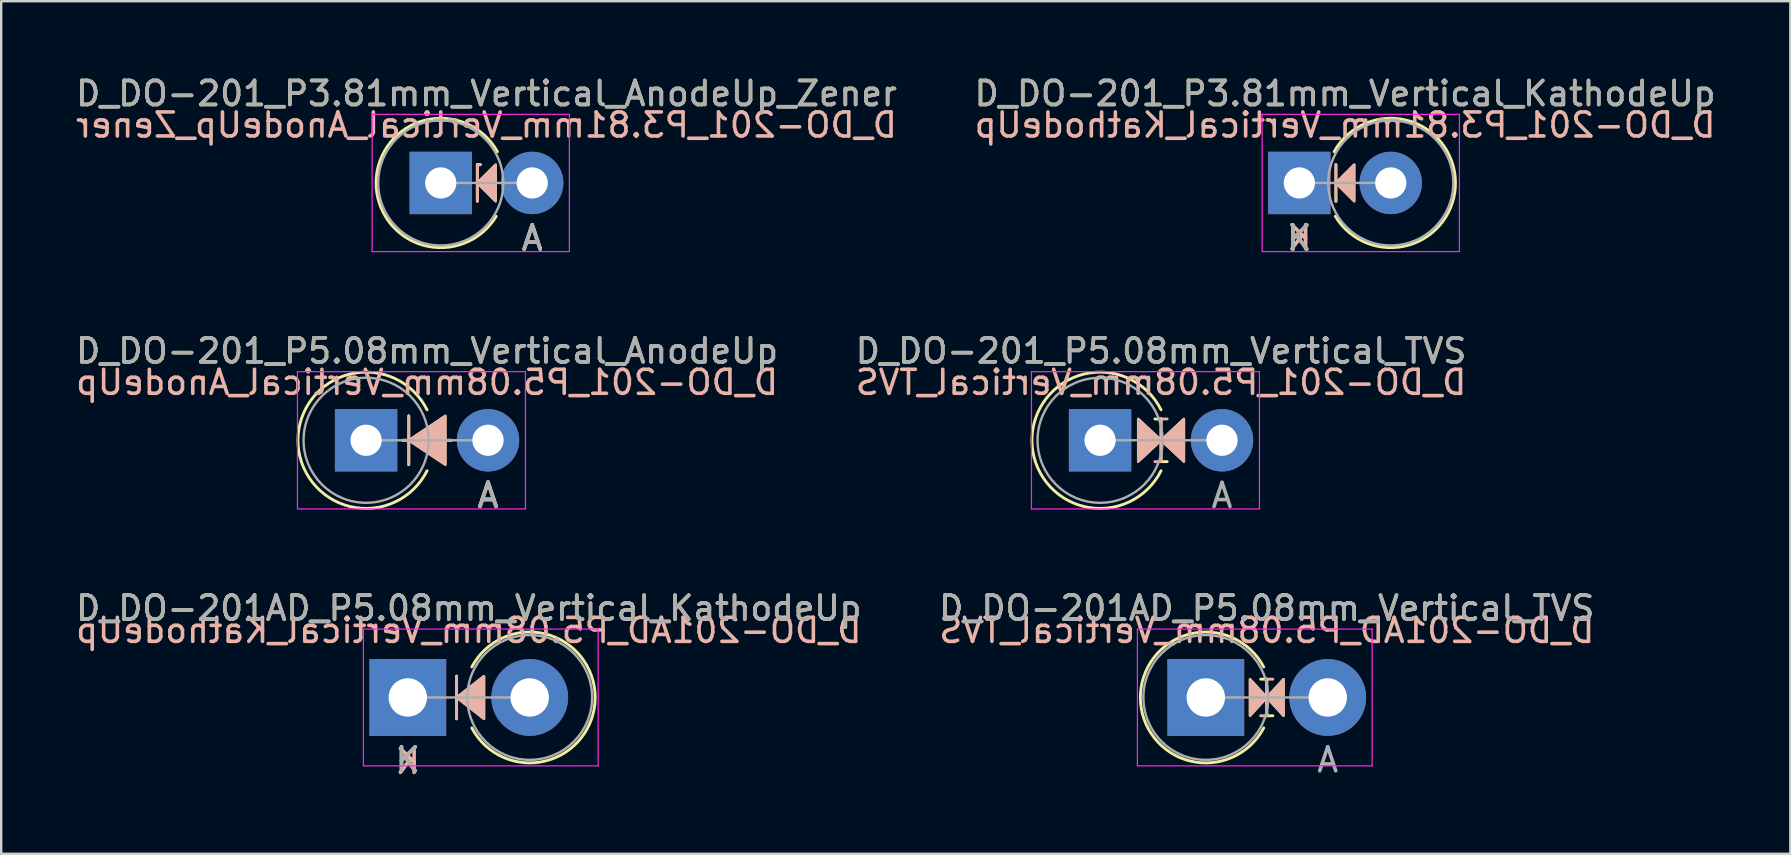
<source format=kicad_pcb>
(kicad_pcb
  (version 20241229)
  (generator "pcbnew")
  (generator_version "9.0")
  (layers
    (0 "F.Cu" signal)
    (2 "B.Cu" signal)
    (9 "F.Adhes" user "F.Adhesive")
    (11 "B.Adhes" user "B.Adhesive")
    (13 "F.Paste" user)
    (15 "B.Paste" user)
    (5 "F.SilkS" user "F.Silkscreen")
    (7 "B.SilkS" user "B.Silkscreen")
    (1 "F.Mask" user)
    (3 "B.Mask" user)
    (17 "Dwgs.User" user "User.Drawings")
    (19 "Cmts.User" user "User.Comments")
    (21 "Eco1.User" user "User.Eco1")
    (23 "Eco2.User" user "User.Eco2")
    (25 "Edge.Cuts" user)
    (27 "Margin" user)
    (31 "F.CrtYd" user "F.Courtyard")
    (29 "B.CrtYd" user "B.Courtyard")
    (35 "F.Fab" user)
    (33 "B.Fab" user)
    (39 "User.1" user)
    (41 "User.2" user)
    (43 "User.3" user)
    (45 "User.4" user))
  (footprint "D_DO-201AD_P5.08mm_Vertical_KathodeUp"
    (layer "F.Cu")
    (at 13.942 26.011)
    (property "Reference" "D_DO-201AD_P5.08mm_Vertical_KathodeUp" (at 2.54 -3.72 0) (layer "F.SilkS") (effects (font (size 1 1) (thickness 0.15))))
    (fp_line (start 2.032 0.889) (end 2.032 -0.889) (stroke (width 0.12) (type solid)) (layer "F.SilkS"))
    (fp_arc (start 2.667 -1.269999) (mid 7.806804 0.000001) (end 2.667 1.27) (stroke (width 0.12) (type solid)) (layer "F.SilkS"))
    (fp_poly (pts (xy 3.175 0.889) (xy 2.032 0) (xy 3.175 -0.889)) (stroke (width 0.1) (type solid)) (fill yes) (layer "F.SilkS"))
    (fp_line (start 2.032 -0.889) (end 2.032 0.889) (stroke (width 0.12) (type solid)) (layer "B.SilkS"))
    (fp_poly (pts (xy 3.175 -0.889) (xy 2.032 0) (xy 3.175 0.889)) (stroke (width 0.1) (type solid)) (fill yes) (layer "B.SilkS"))
    (fp_line (start -1.85 -2.85) (end -1.85 2.85) (stroke (width 0.05) (type solid)) (layer "F.CrtYd"))
    (fp_line (start -1.85 2.85) (end 7.93 2.85) (stroke (width 0.05) (type solid)) (layer "F.CrtYd"))
    (fp_line (start 7.93 -2.85) (end -1.85 -2.85) (stroke (width 0.05) (type solid)) (layer "F.CrtYd"))
    (fp_line (start 7.93 2.85) (end 7.93 -2.85) (stroke (width 0.05) (type solid)) (layer "F.CrtYd"))
    (fp_line (start 0 0) (end 5.08 0) (stroke (width 0.1) (type solid)) (layer "F.Fab"))
    (fp_circle (center 5.08 0) (end 7.68 0) (stroke (width 0.1) (type solid)) (fill no) (layer "F.Fab"))
    (fp_text user "K" (at 0 2.6 0) (layer "F.SilkS") (effects (font (size 1 1) (thickness 0.15))))
    (fp_text user "${REFERENCE}" (at 2.54 -2.794 0) (layer "B.SilkS") (effects (font (size 1 1) (thickness 0.15)) (justify mirror)))
    (fp_text user "K" (at 0 2.667 0) (layer "B.SilkS") (effects (font (size 1 1) (thickness 0.15)) (justify mirror)))
    (fp_text user "K" (at 0 2.6 0) (layer "F.Fab") (effects (font (size 1 1) (thickness 0.15))))
    (fp_text user "${REFERENCE}" (at 2.54 -3.72 0) (layer "F.Fab") (effects (font (size 1 1) (thickness 0.15))))
    (pad "1" thru_hole rect (at 0 0) (size 3.2 3.2) (drill 1.6) (layers "*.Cu" "*.Mask"))
    (pad "2" thru_hole oval (at 5.08 0) (size 3.2 3.2) (drill 1.6) (layers "*.Cu" "*.Mask")))
  (footprint "D_DO-201AD_P5.08mm_Vertical_TVS"
    (layer "F.Cu")
    (at 47.192 26.011)
    (property "Reference" "D_DO-201AD_P5.08mm_Vertical_TVS" (at 2.54 -3.72 0) (layer "F.SilkS") (effects (font (size 1 1) (thickness 0.15))))
    (fp_line (start 2.54 -0.762) (end 2.286 -0.762) (stroke (width 0.12) (type solid)) (layer "F.SilkS"))
    (fp_line (start 2.54 -0.762) (end 2.54 0.762) (stroke (width 0.12) (type solid)) (layer "F.SilkS"))
    (fp_line (start 2.54 0.762) (end 2.794 0.762) (stroke (width 0.12) (type solid)) (layer "F.SilkS"))
    (fp_arc (start 2.412999 1.27) (mid -2.726805 0) (end 2.412999 -1.269999) (stroke (width 0.12) (type solid)) (layer "F.SilkS"))
    (fp_poly (pts (xy 1.841 -0.762) (xy 2.54 0) (xy 1.841 0.762)) (stroke (width 0.1) (type solid)) (fill yes) (layer "F.SilkS"))
    (fp_poly (pts (xy 3.239 0.762) (xy 2.54 0) (xy 3.239 -0.762)) (stroke (width 0.1) (type solid)) (fill yes) (layer "F.SilkS"))
    (fp_line (start 2.54 -0.762) (end 2.794 -0.762) (stroke (width 0.12) (type solid)) (layer "B.SilkS"))
    (fp_line (start 2.54 0.762) (end 2.286 0.762) (stroke (width 0.12) (type solid)) (layer "B.SilkS"))
    (fp_line (start 2.54 0.762) (end 2.54 -0.762) (stroke (width 0.12) (type solid)) (layer "B.SilkS"))
    (fp_poly (pts (xy 1.841 0.762) (xy 2.54 0) (xy 1.841 -0.762)) (stroke (width 0.1) (type solid)) (fill yes) (layer "B.SilkS"))
    (fp_poly (pts (xy 3.239 -0.762) (xy 2.54 0) (xy 3.239 0.762)) (stroke (width 0.1) (type solid)) (fill yes) (layer "B.SilkS"))
    (fp_line (start -2.85 -2.85) (end -2.85 2.85) (stroke (width 0.05) (type solid)) (layer "F.CrtYd"))
    (fp_line (start -2.85 2.85) (end 6.93 2.85) (stroke (width 0.05) (type solid)) (layer "F.CrtYd"))
    (fp_line (start 6.93 -2.85) (end -2.85 -2.85) (stroke (width 0.05) (type solid)) (layer "F.CrtYd"))
    (fp_line (start 6.93 2.85) (end 6.93 -2.85) (stroke (width 0.05) (type solid)) (layer "F.CrtYd"))
    (fp_line (start 0 0) (end 5.08 0) (stroke (width 0.1) (type solid)) (layer "F.Fab"))
    (fp_circle (center 0 0) (end 2.6 0) (stroke (width 0.1) (type solid)) (fill no) (layer "F.Fab"))
    (fp_text user "${REFERENCE}" (at 2.54 -2.794 0) (layer "B.SilkS") (effects (font (size 1 1) (thickness 0.15)) (justify mirror)))
    (fp_text user "A" (at 5.08 2.6 0) (layer "F.Fab") (effects (font (size 1 1) (thickness 0.15))))
    (fp_text user "${REFERENCE}" (at 2.54 -3.72 0) (layer "F.Fab") (effects (font (size 1 1) (thickness 0.15))))
    (pad "1" thru_hole rect (at 0 0) (size 3.2 3.2) (drill 1.6) (layers "*.Cu" "*.Mask"))
    (pad "2" thru_hole oval (at 5.08 0) (size 3.2 3.2) (drill 1.6) (layers "*.Cu" "*.Mask")))
  (footprint "D_DO-201_P3.81mm_Vertical_AnodeUp_Zener"
    (layer "F.Cu")
    (at 15.315 4.573)
    (property "Reference" "D_DO-201_P3.81mm_Vertical_AnodeUp_Zener" (at 1.905 -3.725 0) (layer "F.SilkS") (effects (font (size 1 1) (thickness 0.15))))
    (fp_line (start 1.524 -0.762) (end 1.524 0.762) (stroke (width 0.12) (type solid)) (layer "F.SilkS"))
    (fp_line (start 1.524 -0.762) (end 1.651 -0.762) (stroke (width 0.12) (type solid)) (layer "F.SilkS"))
    (fp_arc (start 2.30942 1.390181) (mid -2.695054 -0.052035) (end 2.361361 -1.3) (stroke (width 0.12) (type solid)) (layer "F.SilkS"))
    (fp_poly (pts (xy 2.286 0.762) (xy 1.524 0) (xy 2.286 -0.762)) (stroke (width 0.1) (type solid)) (fill yes) (layer "F.SilkS"))
    (fp_line (start 1.524 -0.762) (end 1.651 -0.762) (stroke (width 0.12) (type solid)) (layer "B.SilkS"))
    (fp_line (start 1.524 0.762) (end 1.524 -0.762) (stroke (width 0.12) (type solid)) (layer "B.SilkS"))
    (fp_poly (pts (xy 2.286 -0.762) (xy 1.524 0) (xy 2.286 0.762)) (stroke (width 0.1) (type solid)) (fill yes) (layer "B.SilkS"))
    (fp_line (start -2.86 -2.86) (end -2.86 2.86) (stroke (width 0.05) (type solid)) (layer "F.CrtYd"))
    (fp_line (start -2.86 2.86) (end 5.36 2.86) (stroke (width 0.05) (type solid)) (layer "F.CrtYd"))
    (fp_line (start 5.36 -2.86) (end -2.86 -2.86) (stroke (width 0.05) (type solid)) (layer "F.CrtYd"))
    (fp_line (start 5.36 2.86) (end 5.36 -2.86) (stroke (width 0.05) (type solid)) (layer "F.CrtYd"))
    (fp_line (start 0 0) (end 3.81 0) (stroke (width 0.1) (type solid)) (layer "F.Fab"))
    (fp_circle (center 0 0) (end 2.605 0) (stroke (width 0.1) (type solid)) (fill no) (layer "F.Fab"))
    (fp_text user "A" (at 3.81 2.3 0) (layer "F.SilkS") (effects (font (size 1 1) (thickness 0.15))))
    (fp_text user "${REFERENCE}" (at 1.905 -2.413 0) (layer "B.SilkS") (effects (font (size 1 1) (thickness 0.15)) (justify mirror)))
    (fp_text user "A" (at 3.81 2.286 0) (layer "B.SilkS") (effects (font (size 1 1) (thickness 0.15)) (justify mirror)))
    (fp_text user "${REFERENCE}" (at 1.905 -3.725 0) (layer "F.Fab") (effects (font (size 1 1) (thickness 0.15))))
    (fp_text user "A" (at 3.81 2.3 0) (layer "F.Fab") (effects (font (size 1 1) (thickness 0.15))))
    (pad "1" thru_hole rect (at 0 0) (size 2.6 2.6) (drill 1.3) (layers "*.Cu" "*.Mask"))
    (pad "2" thru_hole oval (at 3.81 0) (size 2.6 2.6) (drill 1.3) (layers "*.Cu" "*.Mask")))
  (footprint "D_DO-201_P3.81mm_Vertical_KathodeUp"
    (layer "F.Cu")
    (at 51.089 4.573)
    (property "Reference" "D_DO-201_P3.81mm_Vertical_KathodeUp" (at 1.905 -3.725 0) (layer "F.SilkS") (effects (font (size 1 1) (thickness 0.15))))
    (fp_line (start 1.524 -0.762) (end 1.524 0.762) (stroke (width 0.12) (type solid)) (layer "F.SilkS"))
    (fp_arc (start 1.448639 -1.3) (mid 6.505054 -0.052035) (end 1.50058 1.390181) (stroke (width 0.12) (type solid)) (layer "F.SilkS"))
    (fp_poly (pts (xy 2.286 0.762) (xy 1.524 0) (xy 2.286 -0.762)) (stroke (width 0.1) (type solid)) (fill yes) (layer "F.SilkS"))
    (fp_line (start 1.524 0.762) (end 1.524 -0.762) (stroke (width 0.12) (type solid)) (layer "B.SilkS"))
    (fp_poly (pts (xy 2.286 -0.762) (xy 1.524 0) (xy 2.286 0.762)) (stroke (width 0.1) (type solid)) (fill yes) (layer "B.SilkS"))
    (fp_line (start -1.55 -2.86) (end -1.55 2.86) (stroke (width 0.05) (type solid)) (layer "F.CrtYd"))
    (fp_line (start -1.55 2.86) (end 6.67 2.86) (stroke (width 0.05) (type solid)) (layer "F.CrtYd"))
    (fp_line (start 6.67 -2.86) (end -1.55 -2.86) (stroke (width 0.05) (type solid)) (layer "F.CrtYd"))
    (fp_line (start 6.67 2.86) (end 6.67 -2.86) (stroke (width 0.05) (type solid)) (layer "F.CrtYd"))
    (fp_line (start 0 0) (end 3.81 0) (stroke (width 0.1) (type solid)) (layer "F.Fab"))
    (fp_circle (center 3.81 0) (end 6.415 0) (stroke (width 0.1) (type solid)) (fill no) (layer "F.Fab"))
    (fp_text user "K" (at 0 2.3 0) (layer "F.SilkS") (effects (font (size 1 1) (thickness 0.15))))
    (fp_text user "K" (at 0 2.286 0) (layer "B.SilkS") (effects (font (size 1 1) (thickness 0.15)) (justify mirror)))
    (fp_text user "${REFERENCE}" (at 1.905 -2.413 0) (layer "B.SilkS") (effects (font (size 1 1) (thickness 0.15)) (justify mirror)))
    (fp_text user "${REFERENCE}" (at 1.905 -3.725 0) (layer "F.Fab") (effects (font (size 1 1) (thickness 0.15))))
    (fp_text user "K" (at 0 2.3 0) (layer "F.Fab") (effects (font (size 1 1) (thickness 0.15))))
    (pad "1" thru_hole rect (at 0 0) (size 2.6 2.6) (drill 1.3) (layers "*.Cu" "*.Mask"))
    (pad "2" thru_hole oval (at 3.81 0) (size 2.6 2.6) (drill 1.3) (layers "*.Cu" "*.Mask")))
  (footprint "D_DO-201_P5.08mm_Vertical_TVS"
    (layer "F.Cu")
    (at 42.787 15.295)
    (property "Reference" "D_DO-201_P5.08mm_Vertical_TVS" (at 2.54 -3.725 0) (layer "F.SilkS") (effects (font (size 1 1) (thickness 0.15))))
    (fp_line (start 2.54 -0.889) (end 2.286 -0.889) (stroke (width 0.12) (type solid)) (layer "F.SilkS"))
    (fp_line (start 2.54 -0.889) (end 2.54 0.889) (stroke (width 0.12) (type solid)) (layer "F.SilkS"))
    (fp_line (start 2.54 0.889) (end 2.794 0.889) (stroke (width 0.12) (type solid)) (layer "F.SilkS"))
    (fp_arc (start 2.539999 1.27) (mid -2.839805 0) (end 2.539999 -1.269999) (stroke (width 0.12) (type solid)) (layer "F.SilkS"))
    (fp_poly (pts (xy 1.587 -0.889) (xy 2.54 0) (xy 1.587 0.889)) (stroke (width 0.1) (type solid)) (fill yes) (layer "F.SilkS"))
    (fp_poly (pts (xy 3.493 0.889) (xy 2.54 0) (xy 3.493 -0.889)) (stroke (width 0.1) (type solid)) (fill yes) (layer "F.SilkS"))
    (fp_line (start 2.54 -0.889) (end 2.794 -0.889) (stroke (width 0.12) (type solid)) (layer "B.SilkS"))
    (fp_line (start 2.54 0.889) (end 2.286 0.889) (stroke (width 0.12) (type solid)) (layer "B.SilkS"))
    (fp_line (start 2.54 0.889) (end 2.54 -0.889) (stroke (width 0.12) (type solid)) (layer "B.SilkS"))
    (fp_poly (pts (xy 1.587 0.889) (xy 2.54 0) (xy 1.587 -0.889)) (stroke (width 0.1) (type solid)) (fill yes) (layer "B.SilkS"))
    (fp_poly (pts (xy 3.493 -0.889) (xy 2.54 0) (xy 3.493 0.889)) (stroke (width 0.1) (type solid)) (fill yes) (layer "B.SilkS"))
    (fp_line (start -2.86 -2.86) (end -2.86 2.86) (stroke (width 0.05) (type solid)) (layer "F.CrtYd"))
    (fp_line (start -2.86 2.86) (end 6.64 2.86) (stroke (width 0.05) (type solid)) (layer "F.CrtYd"))
    (fp_line (start 6.64 -2.86) (end -2.86 -2.86) (stroke (width 0.05) (type solid)) (layer "F.CrtYd"))
    (fp_line (start 6.64 2.86) (end 6.64 -2.86) (stroke (width 0.05) (type solid)) (layer "F.CrtYd"))
    (fp_line (start 0 0) (end 5.08 0) (stroke (width 0.1) (type solid)) (layer "F.Fab"))
    (fp_circle (center 0 0) (end 2.605 0) (stroke (width 0.1) (type solid)) (fill no) (layer "F.Fab"))
    (fp_text user "${REFERENCE}" (at 2.54 -2.413 0) (layer "B.SilkS") (effects (font (size 1 1) (thickness 0.15)) (justify mirror)))
    (fp_text user "${REFERENCE}" (at 2.54 -3.725 0) (layer "F.Fab") (effects (font (size 1 1) (thickness 0.15))))
    (fp_text user "A" (at 5.08 2.3 0) (layer "F.Fab") (effects (font (size 1 1) (thickness 0.15))))
    (pad "1" thru_hole rect (at 0 0) (size 2.6 2.6) (drill 1.3) (layers "*.Cu" "*.Mask"))
    (pad "2" thru_hole oval (at 5.08 0) (size 2.6 2.6) (drill 1.3) (layers "*.Cu" "*.Mask")))
  (footprint "D_DO-201_P5.08mm_Vertical_AnodeUp"
    (layer "F.Cu")
    (at 12.204 15.295)
    (property "Reference" "D_DO-201_P5.08mm_Vertical_AnodeUp" (at 2.54 -3.725 0) (layer "F.SilkS") (effects (font (size 1 1) (thickness 0.15))))
    (fp_line (start 1.524 0) (end 3.556 0) (stroke (width 0.12) (type solid)) (layer "F.SilkS"))
    (fp_line (start 1.778 1.016) (end 1.778 -1.016) (stroke (width 0.12) (type solid)) (layer "F.SilkS"))
    (fp_arc (start 2.539999 1.27) (mid -2.839805 0) (end 2.539999 -1.269999) (stroke (width 0.12) (type solid)) (layer "F.SilkS"))
    (fp_poly (pts (xy 3.302 1.016) (xy 1.778 0) (xy 3.302 -1.016)) (stroke (width 0.1) (type solid)) (fill yes) (layer "F.SilkS"))
    (fp_line (start 1.524 0) (end 3.556 0) (stroke (width 0.12) (type solid)) (layer "B.SilkS"))
    (fp_line (start 1.778 -1.016) (end 1.778 1.016) (stroke (width 0.12) (type solid)) (layer "B.SilkS"))
    (fp_poly (pts (xy 3.302 -1.016) (xy 1.778 0) (xy 3.302 1.016)) (stroke (width 0.1) (type solid)) (fill yes) (layer "B.SilkS"))
    (fp_line (start -2.86 -2.86) (end -2.86 2.86) (stroke (width 0.05) (type solid)) (layer "F.CrtYd"))
    (fp_line (start -2.86 2.86) (end 6.64 2.86) (stroke (width 0.05) (type solid)) (layer "F.CrtYd"))
    (fp_line (start 6.64 -2.86) (end -2.86 -2.86) (stroke (width 0.05) (type solid)) (layer "F.CrtYd"))
    (fp_line (start 6.64 2.86) (end 6.64 -2.86) (stroke (width 0.05) (type solid)) (layer "F.CrtYd"))
    (fp_line (start 0 0) (end 5.08 0) (stroke (width 0.1) (type solid)) (layer "F.Fab"))
    (fp_circle (center 0 0) (end 2.605 0) (stroke (width 0.1) (type solid)) (fill no) (layer "F.Fab"))
    (fp_text user "A" (at 5.08 2.3 0) (layer "F.SilkS") (effects (font (size 1 1) (thickness 0.15))))
    (fp_text user "A" (at 5.08 2.286 0) (layer "B.SilkS") (effects (font (size 1 1) (thickness 0.15)) (justify mirror)))
    (fp_text user "${REFERENCE}" (at 2.54 -2.413 0) (layer "B.SilkS") (effects (font (size 1 1) (thickness 0.15)) (justify mirror)))
    (fp_text user "${REFERENCE}" (at 2.54 -3.725 0) (layer "F.Fab") (effects (font (size 1 1) (thickness 0.15))))
    (fp_text user "A" (at 5.08 2.3 0) (layer "F.Fab") (effects (font (size 1 1) (thickness 0.15))))
    (pad "1" thru_hole rect (at 0 0) (size 2.6 2.6) (drill 1.3) (layers "*.Cu" "*.Mask"))
    (pad "2" thru_hole oval (at 5.08 0) (size 2.6 2.6) (drill 1.3) (layers "*.Cu" "*.Mask")))
  (gr_rect
    (start -3 -3)
    (end 71.548 32.526)
    (stroke (width 0.1) (type default))
    (fill no)
    (layer "Edge.Cuts")))
</source>
